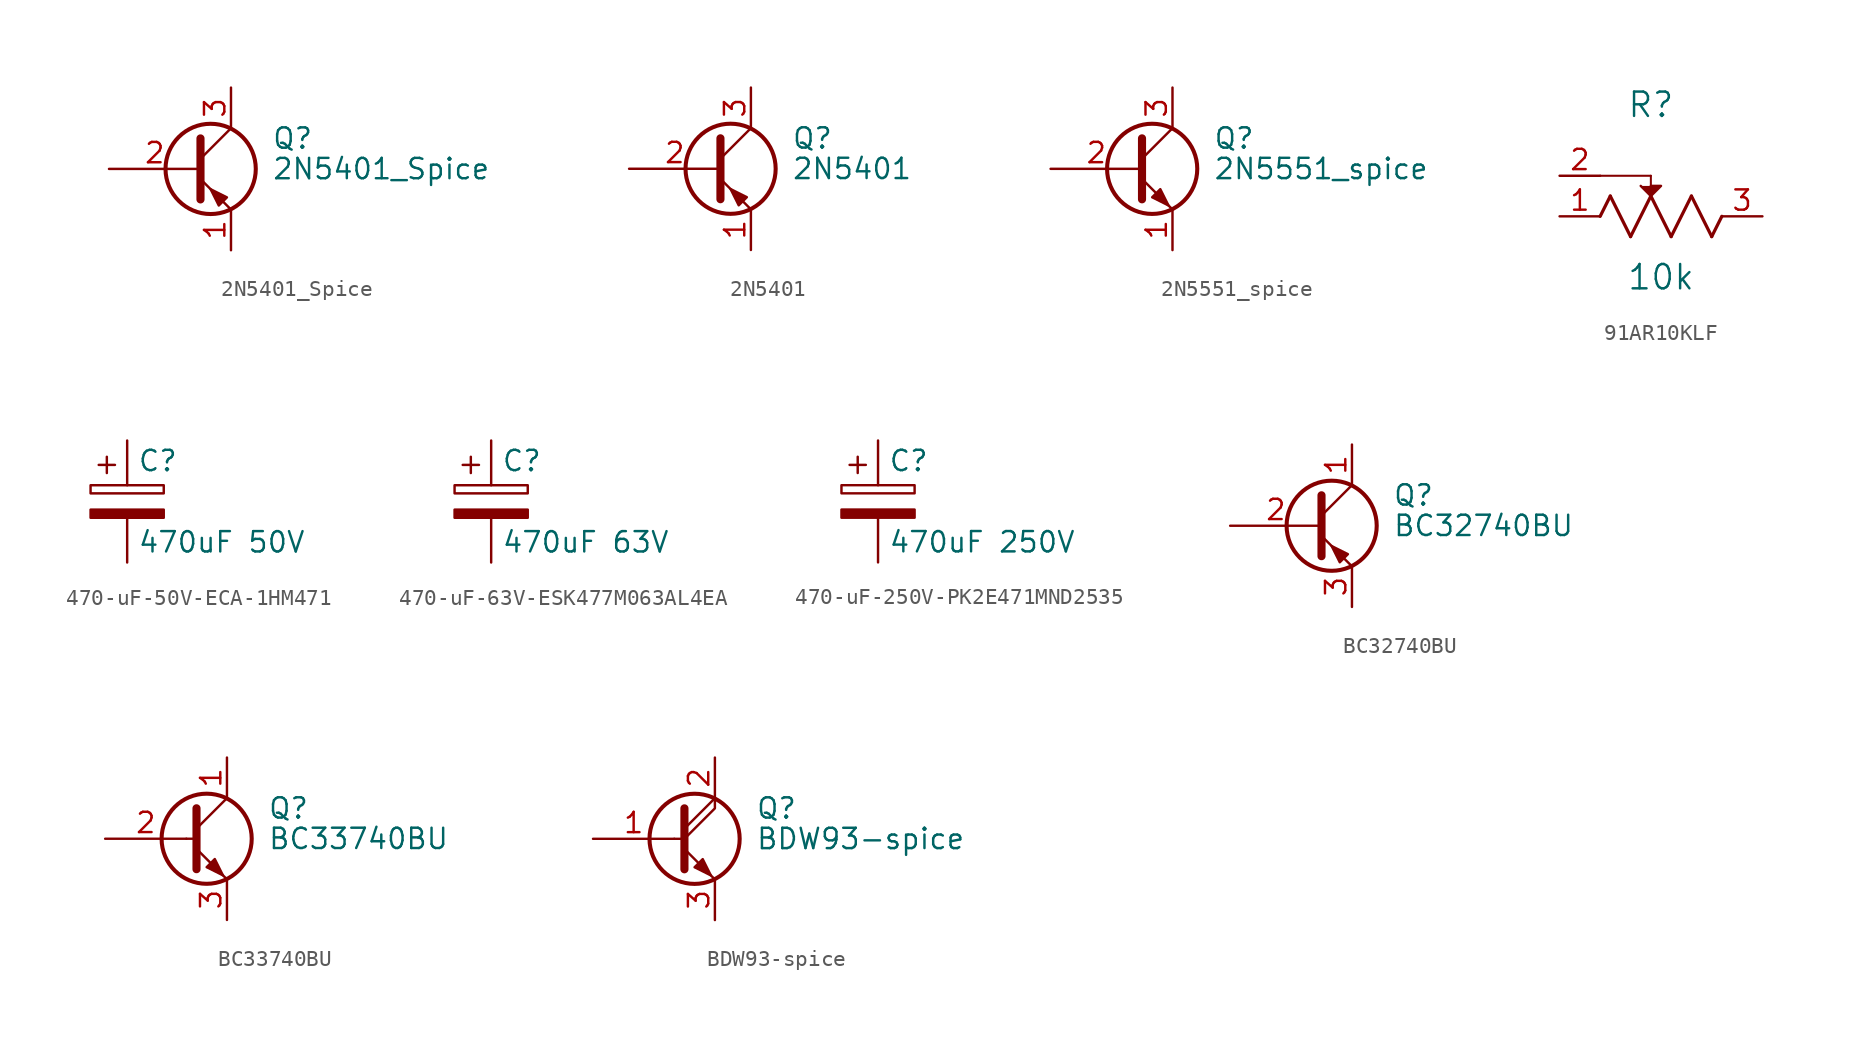
<source format=kicad_sym>
(kicad_symbol_lib
  (version 20231120)
  (generator "kicad_symbol_editor")
  (generator_version "8.0")
  (symbol "2N5401_Spice"
    (pin_names
      (offset 0) hide)
    (property "Reference" "Q"
      (at 5.08 1.905 0)
      (effects (font (size 1.27 1.27)) (justify left)))
    (property "Value" "2N5401_Spice"
      (at 5.08 0 0)
      (effects (font (size 1.27 1.27)) (justify left)))
    (symbol "2N5401_Spice_0_1"
      (polyline (pts (xy 0.635 0.635) (xy 2.54 2.54)) (stroke (width 0) (type default)) (fill (type none)))
      (polyline (pts (xy 0.635 -0.635) (xy 2.54 -2.54) (xy 2.54 -2.54)) (stroke (width 0) (type default)) (fill (type none)))
      (polyline (pts (xy 0.635 1.905) (xy 0.635 -1.905) (xy 0.635 -1.905)) (stroke (width 0.508) (type default)) (fill (type none)))
      (polyline (pts (xy 2.286 -1.778) (xy 1.778 -2.286) (xy 1.27 -1.27) (xy 2.286 -1.778) (xy 2.286 -1.778)) (stroke (width 0) (type default)) (fill (type outline)))
      (circle (center 1.27 0) (radius 2.819) (stroke (width 0.254) (type default)) (fill (type none))))
    (symbol "2N5401_Spice_1_1"
      (pin passive line (at 2.54 -5.08 90) (length 2.54) (name "E" (effects (font (size 1.27 1.27)))) (number "1" (effects (font (size 1.27 1.27)))))
      (pin input line (at -5.08 0 0) (length 5.715) (name "B" (effects (font (size 1.27 1.27)))) (number "2" (effects (font (size 1.27 1.27)))))
      (pin passive line (at 2.54 5.08 270) (length 2.54) (name "C" (effects (font (size 1.27 1.27)))) (number "3" (effects (font (size 1.27 1.27)))))))
  (symbol "2N5401"
    (pin_names
      (offset 0) hide)
    (property "Reference" "Q"
      (at 5.08 1.905 0)
      (effects (font (size 1.27 1.27)) (justify left)))
    (property "Value" "2N5401"
      (at 5.08 0 0)
      (effects (font (size 1.27 1.27)) (justify left)))
    (symbol "2N5401_0_1"
      (polyline (pts (xy 0.635 0.635) (xy 2.54 2.54)) (stroke (width 0) (type default)) (fill (type none)))
      (polyline (pts (xy 0.635 -0.635) (xy 2.54 -2.54) (xy 2.54 -2.54)) (stroke (width 0) (type default)) (fill (type none)))
      (polyline (pts (xy 0.635 1.905) (xy 0.635 -1.905) (xy 0.635 -1.905)) (stroke (width 0.508) (type default)) (fill (type none)))
      (polyline (pts (xy 2.286 -1.778) (xy 1.778 -2.286) (xy 1.27 -1.27) (xy 2.286 -1.778) (xy 2.286 -1.778)) (stroke (width 0) (type default)) (fill (type outline)))
      (circle (center 1.27 0) (radius 2.819) (stroke (width 0.254) (type default)) (fill (type none))))
    (symbol "2N5401_1_1"
      (pin passive line (at 2.54 -5.08 90) (length 2.54) (name "E" (effects (font (size 1.27 1.27)))) (number "1" (effects (font (size 1.27 1.27)))))
      (pin input line (at -5.08 0 0) (length 5.715) (name "B" (effects (font (size 1.27 1.27)))) (number "2" (effects (font (size 1.27 1.27)))))
      (pin passive line (at 2.54 5.08 270) (length 2.54) (name "C" (effects (font (size 1.27 1.27)))) (number "3" (effects (font (size 1.27 1.27)))))))
  (symbol "2N5551_spice"
    (pin_names
      (offset 0) hide)
    (property "Reference" "Q"
      (at 5.08 1.905 0)
      (effects (font (size 1.27 1.27)) (justify left)))
    (property "Value" "2N5551_spice"
      (at 5.08 0 0)
      (effects (font (size 1.27 1.27)) (justify left)))
    (symbol "2N5551_spice_0_1"
      (polyline (pts (xy 0.635 0.635) (xy 2.54 2.54)) (stroke (width 0) (type default)) (fill (type none)))
      (polyline (pts (xy 0.635 -0.635) (xy 2.54 -2.54) (xy 2.54 -2.54)) (stroke (width 0) (type default)) (fill (type none)))
      (polyline (pts (xy 0.635 1.905) (xy 0.635 -1.905) (xy 0.635 -1.905)) (stroke (width 0.508) (type default)) (fill (type none)))
      (polyline (pts (xy 1.27 -1.778) (xy 1.778 -1.27) (xy 2.286 -2.286) (xy 1.27 -1.778) (xy 1.27 -1.778)) (stroke (width 0) (type default)) (fill (type outline)))
      (circle (center 1.27 0) (radius 2.819) (stroke (width 0.254) (type default)) (fill (type none))))
    (symbol "2N5551_spice_1_1"
      (pin passive line (at 2.54 -5.08 90) (length 2.54) (name "E" (effects (font (size 1.27 1.27)))) (number "1" (effects (font (size 1.27 1.27)))))
      (pin passive line (at -5.08 0 0) (length 5.715) (name "B" (effects (font (size 1.27 1.27)))) (number "2" (effects (font (size 1.27 1.27)))))
      (pin passive line (at 2.54 5.08 270) (length 2.54) (name "C" (effects (font (size 1.27 1.27)))) (number "3" (effects (font (size 1.27 1.27)))))))
  (symbol "91AR10KLF"
    (pin_names
      (offset 0.254))
    (property "Reference" "R"
      (at 5.715 6.985 0)
      (effects (font (size 1.524 1.524))))
    (property "Value" "10k"
      (at 6.35 -3.81 0)
      (effects (font (size 1.524 1.524))))
    (symbol "91AR10KLF_1_1"
      (polyline (pts (xy 2.54 0) (xy 3.175 1.27)) (stroke (width 0.203) (type default)) (fill (type none)))
      (polyline (pts (xy 2.54 2.54) (xy 5.715 2.54)) (stroke (width 0.127) (type default)) (fill (type none)))
      (polyline (pts (xy 3.175 1.27) (xy 4.445 -1.27)) (stroke (width 0.203) (type default)) (fill (type none)))
      (polyline (pts (xy 4.445 -1.27) (xy 5.715 1.27)) (stroke (width 0.203) (type default)) (fill (type none)))
      (polyline (pts (xy 5.715 1.27) (xy 6.985 -1.27)) (stroke (width 0.203) (type default)) (fill (type none)))
      (polyline (pts (xy 5.715 2.54) (xy 5.715 1.27)) (stroke (width 0.127) (type default)) (fill (type none)))
      (polyline (pts (xy 6.985 -1.27) (xy 8.255 1.27)) (stroke (width 0.203) (type default)) (fill (type none)))
      (polyline (pts (xy 8.255 1.27) (xy 9.525 -1.27)) (stroke (width 0.203) (type default)) (fill (type none)))
      (polyline (pts (xy 9.525 -1.27) (xy 10.16 0)) (stroke (width 0.203) (type default)) (fill (type none)))
      (polyline (pts (xy 5.08 1.905) (xy 5.715 1.27) (xy 6.35 1.905) (xy 5.715 1.905)) (stroke (width 0) (type default)) (fill (type outline)))
      (pin unspecified line (at 0 0 0) (length 2.54) (name "" (effects (font (size 1.27 1.27)))) (number "1" (effects (font (size 1.27 1.27)))))
      (pin unspecified line (at 2.54 2.54 180) (length 2.54) (name "" (effects (font (size 1.27 1.27)))) (number "2" (effects (font (size 1.27 1.27)))))
      (pin unspecified line (at 12.7 0 180) (length 2.54) (name "" (effects (font (size 1.27 1.27)))) (number "3" (effects (font (size 1.27 1.27)))))))
  (symbol "470-uF-50V-ECA-1HM471"
    (pin_numbers hide)
    (pin_names
      (offset 0.254))
    (property "Reference" "C"
      (at 0.635 2.54 0)
      (effects (font (size 1.27 1.27)) (justify left)))
    (property "Value" "470uF 50V"
      (at 0.635 -2.54 0)
      (effects (font (size 1.27 1.27)) (justify left)))
    (symbol "470-uF-50V-ECA-1HM471_0_1"
      (rectangle (start -2.286 0.508) (end 2.286 1.016) (stroke (width 0) (type default)) (fill (type none)))
      (polyline (pts (xy -1.778 2.286) (xy -0.762 2.286)) (stroke (width 0) (type default)) (fill (type none)))
      (polyline (pts (xy -1.27 2.794) (xy -1.27 1.778)) (stroke (width 0) (type default)) (fill (type none)))
      (rectangle (start 2.286 -0.508) (end -2.286 -1.016) (stroke (width 0) (type default)) (fill (type outline))))
    (symbol "470-uF-50V-ECA-1HM471_1_1"
      (pin passive line (at 0 3.81 270) (length 2.794) (name "~" (effects (font (size 1.27 1.27)))) (number "1" (effects (font (size 1.27 1.27)))))
      (pin passive line (at 0 -3.81 90) (length 2.794) (name "~" (effects (font (size 1.27 1.27)))) (number "2" (effects (font (size 1.27 1.27)))))))
  (symbol "470-uF-63V-ESK477M063AL4EA"
    (pin_numbers hide)
    (pin_names
      (offset 0.254))
    (property "Reference" "C"
      (at 0.635 2.54 0)
      (effects (font (size 1.27 1.27)) (justify left)))
    (property "Value" "470uF 63V"
      (at 0.635 -2.54 0)
      (effects (font (size 1.27 1.27)) (justify left)))
    (symbol "470-uF-63V-ESK477M063AL4EA_0_1"
      (rectangle (start -2.286 0.508) (end 2.286 1.016) (stroke (width 0) (type default)) (fill (type none)))
      (polyline (pts (xy -1.778 2.286) (xy -0.762 2.286)) (stroke (width 0) (type default)) (fill (type none)))
      (polyline (pts (xy -1.27 2.794) (xy -1.27 1.778)) (stroke (width 0) (type default)) (fill (type none)))
      (rectangle (start 2.286 -0.508) (end -2.286 -1.016) (stroke (width 0) (type default)) (fill (type outline))))
    (symbol "470-uF-63V-ESK477M063AL4EA_1_1"
      (pin passive line (at 0 3.81 270) (length 2.794) (name "~" (effects (font (size 1.27 1.27)))) (number "1" (effects (font (size 1.27 1.27)))))
      (pin passive line (at 0 -3.81 90) (length 2.794) (name "~" (effects (font (size 1.27 1.27)))) (number "2" (effects (font (size 1.27 1.27)))))))
  (symbol "470-uF-250V-PK2E471MND2535"
    (pin_numbers hide)
    (pin_names
      (offset 0.254))
    (property "Reference" "C"
      (at 0.635 2.54 0)
      (effects (font (size 1.27 1.27)) (justify left)))
    (property "Value" "470uF 250V"
      (at 0.635 -2.54 0)
      (effects (font (size 1.27 1.27)) (justify left)))
    (symbol "470-uF-250V-PK2E471MND2535_0_1"
      (rectangle (start -2.286 0.508) (end 2.286 1.016) (stroke (width 0) (type default)) (fill (type none)))
      (polyline (pts (xy -1.778 2.286) (xy -0.762 2.286)) (stroke (width 0) (type default)) (fill (type none)))
      (polyline (pts (xy -1.27 2.794) (xy -1.27 1.778)) (stroke (width 0) (type default)) (fill (type none)))
      (rectangle (start 2.286 -0.508) (end -2.286 -1.016) (stroke (width 0) (type default)) (fill (type outline))))
    (symbol "470-uF-250V-PK2E471MND2535_1_1"
      (pin passive line (at 0 3.81 270) (length 2.794) (name "~" (effects (font (size 1.27 1.27)))) (number "1" (effects (font (size 1.27 1.27)))))
      (pin passive line (at 0 -3.81 90) (length 2.794) (name "~" (effects (font (size 1.27 1.27)))) (number "2" (effects (font (size 1.27 1.27)))))))
  (symbol "BC32740BU"
    (pin_names
      (offset 0) hide)
    (property "Reference" "Q"
      (at 5.08 1.905 0)
      (effects (font (size 1.27 1.27)) (justify left)))
    (property "Value" "BC32740BU"
      (at 5.08 0 0)
      (effects (font (size 1.27 1.27)) (justify left)))
    (symbol "BC32740BU_0_1"
      (polyline (pts (xy 0.635 0.635) (xy 2.54 2.54)) (stroke (width 0) (type default)) (fill (type none)))
      (polyline (pts (xy 0.635 -0.635) (xy 2.54 -2.54) (xy 2.54 -2.54)) (stroke (width 0) (type default)) (fill (type none)))
      (polyline (pts (xy 0.635 1.905) (xy 0.635 -1.905) (xy 0.635 -1.905)) (stroke (width 0.508) (type default)) (fill (type none)))
      (polyline (pts (xy 2.286 -1.778) (xy 1.778 -2.286) (xy 1.27 -1.27) (xy 2.286 -1.778) (xy 2.286 -1.778)) (stroke (width 0) (type default)) (fill (type outline)))
      (circle (center 1.27 0) (radius 2.819) (stroke (width 0.254) (type default)) (fill (type none))))
    (symbol "BC32740BU_1_1"
      (pin passive line (at 2.54 5.08 270) (length 2.54) (name "C" (effects (font (size 1.27 1.27)))) (number "1" (effects (font (size 1.27 1.27)))))
      (pin input line (at -5.08 0 0) (length 5.715) (name "B" (effects (font (size 1.27 1.27)))) (number "2" (effects (font (size 1.27 1.27)))))
      (pin passive line (at 2.54 -5.08 90) (length 2.54) (name "E" (effects (font (size 1.27 1.27)))) (number "3" (effects (font (size 1.27 1.27)))))))
  (symbol "BC33740BU"
    (pin_names
      (offset 0) hide)
    (property "Reference" "Q"
      (at 5.08 1.905 0)
      (effects (font (size 1.27 1.27)) (justify left)))
    (property "Value" "BC33740BU"
      (at 5.08 0 0)
      (effects (font (size 1.27 1.27)) (justify left)))
    (symbol "BC33740BU_0_1"
      (polyline (pts (xy 0 0) (xy 0.635 0)) (stroke (width 0) (type default)) (fill (type none)))
      (polyline (pts (xy 0.635 0.635) (xy 2.54 2.54)) (stroke (width 0) (type default)) (fill (type none)))
      (polyline (pts (xy 0.635 -0.635) (xy 2.54 -2.54) (xy 2.54 -2.54)) (stroke (width 0) (type default)) (fill (type none)))
      (polyline (pts (xy 0.635 1.905) (xy 0.635 -1.905) (xy 0.635 -1.905)) (stroke (width 0.508) (type default)) (fill (type none)))
      (polyline (pts (xy 1.27 -1.778) (xy 1.778 -1.27) (xy 2.286 -2.286) (xy 1.27 -1.778) (xy 1.27 -1.778)) (stroke (width 0) (type default)) (fill (type outline)))
      (circle (center 1.27 0) (radius 2.819) (stroke (width 0.254) (type default)) (fill (type none))))
    (symbol "BC33740BU_1_1"
      (pin passive line (at 2.54 5.08 270) (length 2.54) (name "C" (effects (font (size 1.27 1.27)))) (number "1" (effects (font (size 1.27 1.27)))))
      (pin input line (at -5.08 0 0) (length 5.08) (name "B" (effects (font (size 1.27 1.27)))) (number "2" (effects (font (size 1.27 1.27)))))
      (pin passive line (at 2.54 -5.08 90) (length 2.54) (name "E" (effects (font (size 1.27 1.27)))) (number "3" (effects (font (size 1.27 1.27)))))))
  (symbol "BDW93-spice"
    (pin_names
      (offset 0) hide)
    (property "Reference" "Q"
      (at 5.08 1.905 0)
      (effects (font (size 1.27 1.27)) (justify left)))
    (property "Value" "BDW93-spice"
      (at 5.08 0 0)
      (effects (font (size 1.27 1.27)) (justify left)))
    (symbol "BDW93-spice_0_1"
      (polyline (pts (xy 0.635 0.635) (xy 2.54 2.54)) (stroke (width 0) (type default)) (fill (type none)))
      (polyline (pts (xy 0.635 -0.635) (xy 2.54 -2.54) (xy 2.54 -2.54)) (stroke (width 0) (type default)) (fill (type none)))
      (polyline (pts (xy 0.635 0) (xy 2.54 1.905) (xy 2.54 2.54)) (stroke (width 0) (type default)) (fill (type none)))
      (polyline (pts (xy 0.635 1.905) (xy 0.635 -1.905) (xy 0.635 -1.905)) (stroke (width 0.508) (type default)) (fill (type none)))
      (polyline (pts (xy 1.27 -1.778) (xy 1.778 -1.27) (xy 2.286 -2.286) (xy 1.27 -1.778) (xy 1.27 -1.778)) (stroke (width 0) (type default)) (fill (type outline)))
      (circle (center 1.27 0) (radius 2.819) (stroke (width 0.254) (type default)) (fill (type none))))
    (symbol "BDW93-spice_1_1"
      (polyline (pts (xy 0 0) (xy 0.508 0)) (stroke (width 0) (type default)) (fill (type none)))
      (pin input line (at -5.08 0 0) (length 5.08) (name "B" (effects (font (size 1.27 1.27)))) (number "1" (effects (font (size 1.27 1.27)))))
      (pin passive line (at 2.54 5.08 270) (length 2.54) (name "C" (effects (font (size 1.27 1.27)))) (number "2" (effects (font (size 1.27 1.27)))))
      (pin passive line (at 2.54 -5.08 90) (length 2.54) (name "E" (effects (font (size 1.27 1.27)))) (number "3" (effects (font (size 1.27 1.27))))))))
</source>
